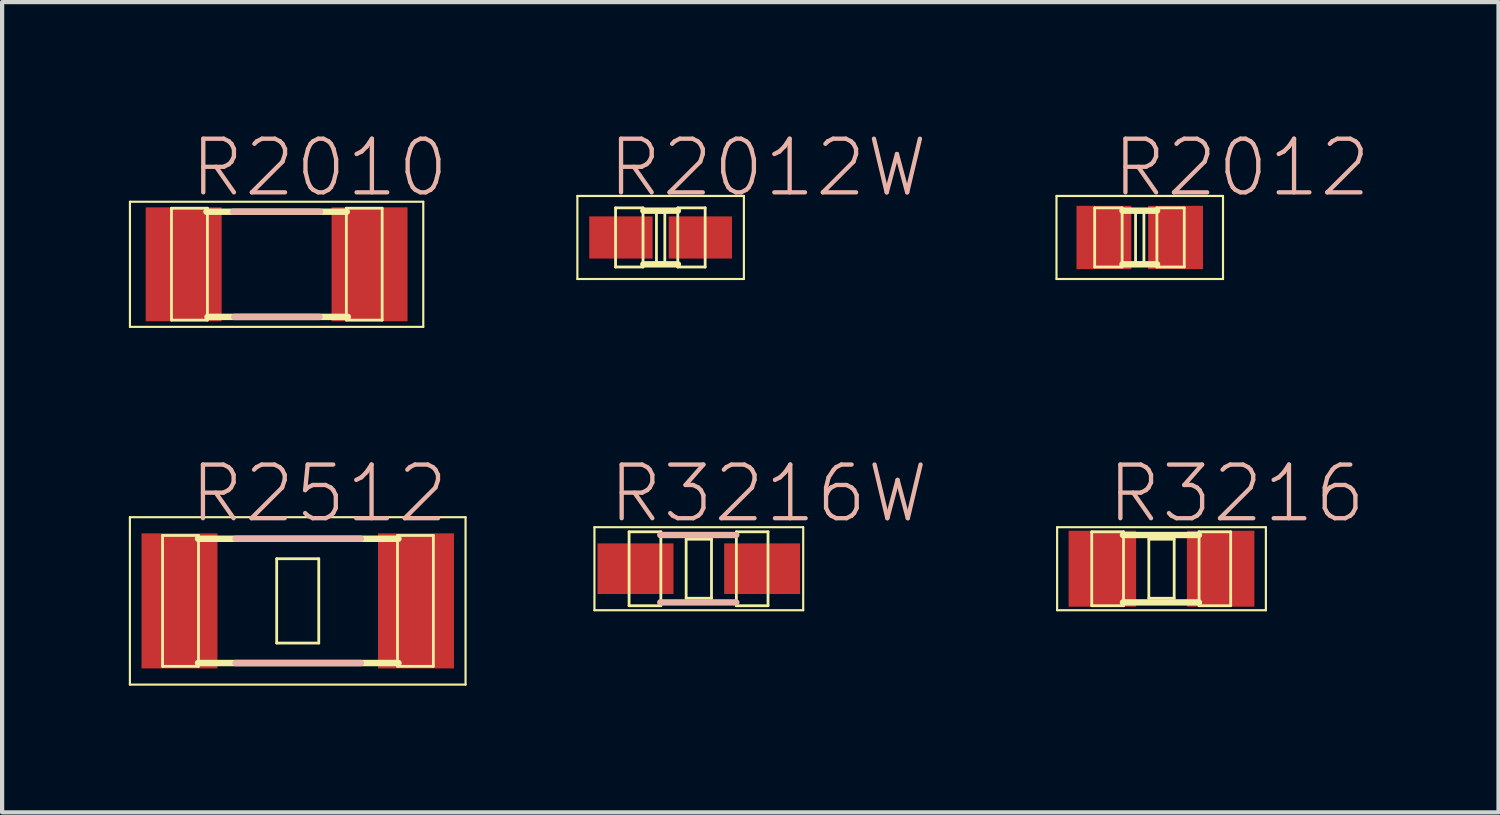
<source format=kicad_pcb>
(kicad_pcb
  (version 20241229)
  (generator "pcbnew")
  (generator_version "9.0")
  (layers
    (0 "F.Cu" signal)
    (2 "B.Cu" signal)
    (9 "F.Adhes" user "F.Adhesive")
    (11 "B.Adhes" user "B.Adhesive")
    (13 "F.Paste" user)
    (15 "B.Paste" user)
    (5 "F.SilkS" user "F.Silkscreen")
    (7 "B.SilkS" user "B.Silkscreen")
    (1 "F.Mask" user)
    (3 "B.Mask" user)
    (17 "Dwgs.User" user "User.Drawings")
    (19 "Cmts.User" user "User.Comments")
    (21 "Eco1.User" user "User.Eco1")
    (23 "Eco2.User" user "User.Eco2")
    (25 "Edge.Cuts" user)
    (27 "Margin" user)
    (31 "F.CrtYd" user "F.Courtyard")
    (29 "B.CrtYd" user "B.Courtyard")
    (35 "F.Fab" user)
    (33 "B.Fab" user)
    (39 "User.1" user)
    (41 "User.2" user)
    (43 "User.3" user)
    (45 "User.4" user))
  (footprint "R3216W"
    (layer "F.Cu")
    (at 13.493 10.413)
    (property "Reference" "R3216W" (at 1.651 -1.778 0) (layer "B.SilkS") (effects (font (size 1.27 1.27) (thickness 0.102))))
    (attr smd)
    (fp_line (start -2.471 -0.983) (end 2.471 -0.983) (stroke (width 0.051) (type solid)) (layer "F.SilkS"))
    (fp_line (start -2.471 0.983) (end -2.471 -0.983) (stroke (width 0.051) (type solid)) (layer "F.SilkS"))
    (fp_line (start -1.651 -0.874) (end -0.899 -0.874) (stroke (width 0.066) (type solid)) (layer "F.SilkS"))
    (fp_line (start -1.651 0.876) (end -1.651 -0.874) (stroke (width 0.066) (type solid)) (layer "F.SilkS"))
    (fp_line (start -1.651 0.876) (end -0.899 0.876) (stroke (width 0.066) (type solid)) (layer "F.SilkS"))
    (fp_line (start -0.899 0.876) (end -0.899 -0.874) (stroke (width 0.066) (type solid)) (layer "F.SilkS"))
    (fp_line (start -0.3 -0.699) (end 0.3 -0.699) (stroke (width 0.066) (type solid)) (layer "F.SilkS"))
    (fp_line (start -0.3 0.699) (end -0.3 -0.699) (stroke (width 0.066) (type solid)) (layer "F.SilkS"))
    (fp_line (start -0.3 0.699) (end 0.3 0.699) (stroke (width 0.066) (type solid)) (layer "F.SilkS"))
    (fp_line (start 0.3 0.699) (end 0.3 -0.699) (stroke (width 0.066) (type solid)) (layer "F.SilkS"))
    (fp_line (start 0.889 -0.874) (end 1.638 -0.874) (stroke (width 0.066) (type solid)) (layer "F.SilkS"))
    (fp_line (start 0.889 0.876) (end 0.889 -0.874) (stroke (width 0.066) (type solid)) (layer "F.SilkS"))
    (fp_line (start 0.889 0.876) (end 1.638 0.876) (stroke (width 0.066) (type solid)) (layer "F.SilkS"))
    (fp_line (start 1.638 0.876) (end 1.638 -0.874) (stroke (width 0.066) (type solid)) (layer "F.SilkS"))
    (fp_line (start 2.471 -0.983) (end 2.471 0.983) (stroke (width 0.051) (type solid)) (layer "F.SilkS"))
    (fp_line (start 2.471 0.983) (end -2.471 0.983) (stroke (width 0.051) (type solid)) (layer "F.SilkS"))
    (fp_line (start -0.912 -0.798) (end 0.886 -0.798) (stroke (width 0.152) (type solid)) (layer "B.SilkS"))
    (fp_line (start -0.912 0.798) (end 0.886 0.798) (stroke (width 0.152) (type solid)) (layer "B.SilkS"))
    (pad "1" smd rect (at -1.499 0) (size 1.798 1.199) (layers "F.Cu" "F.Mask" "F.Paste"))
    (pad "2" smd rect (at 1.499 0) (size 1.798 1.199) (layers "F.Cu" "F.Mask" "F.Paste")))
  (footprint "R3216"
    (layer "F.Cu")
    (at 24.446 10.413)
    (property "Reference" "R3216" (at 1.778 -1.778 0) (layer "B.SilkS") (effects (font (size 1.27 1.27) (thickness 0.102))))
    (attr smd)
    (fp_line (start -2.471 -0.983) (end 2.471 -0.983) (stroke (width 0.051) (type solid)) (layer "F.SilkS"))
    (fp_line (start -2.471 0.983) (end -2.471 -0.983) (stroke (width 0.051) (type solid)) (layer "F.SilkS"))
    (fp_line (start -1.651 -0.874) (end -0.899 -0.874) (stroke (width 0.066) (type solid)) (layer "F.SilkS"))
    (fp_line (start -1.651 0.876) (end -1.651 -0.874) (stroke (width 0.066) (type solid)) (layer "F.SilkS"))
    (fp_line (start -1.651 0.876) (end -0.899 0.876) (stroke (width 0.066) (type solid)) (layer "F.SilkS"))
    (fp_line (start -0.912 -0.798) (end 0.886 -0.798) (stroke (width 0.152) (type solid)) (layer "F.SilkS"))
    (fp_line (start -0.912 0.798) (end 0.886 0.798) (stroke (width 0.152) (type solid)) (layer "F.SilkS"))
    (fp_line (start -0.899 0.876) (end -0.899 -0.874) (stroke (width 0.066) (type solid)) (layer "F.SilkS"))
    (fp_line (start -0.3 -0.699) (end 0.3 -0.699) (stroke (width 0.066) (type solid)) (layer "F.SilkS"))
    (fp_line (start -0.3 0.699) (end -0.3 -0.699) (stroke (width 0.066) (type solid)) (layer "F.SilkS"))
    (fp_line (start -0.3 0.699) (end 0.3 0.699) (stroke (width 0.066) (type solid)) (layer "F.SilkS"))
    (fp_line (start 0.3 0.699) (end 0.3 -0.699) (stroke (width 0.066) (type solid)) (layer "F.SilkS"))
    (fp_line (start 0.889 -0.874) (end 1.638 -0.874) (stroke (width 0.066) (type solid)) (layer "F.SilkS"))
    (fp_line (start 0.889 0.876) (end 0.889 -0.874) (stroke (width 0.066) (type solid)) (layer "F.SilkS"))
    (fp_line (start 0.889 0.876) (end 1.638 0.876) (stroke (width 0.066) (type solid)) (layer "F.SilkS"))
    (fp_line (start 1.638 0.876) (end 1.638 -0.874) (stroke (width 0.066) (type solid)) (layer "F.SilkS"))
    (fp_line (start 2.471 -0.983) (end 2.471 0.983) (stroke (width 0.051) (type solid)) (layer "F.SilkS"))
    (fp_line (start 2.471 0.983) (end -2.471 0.983) (stroke (width 0.051) (type solid)) (layer "F.SilkS"))
    (pad "1" smd rect (at -1.4 0) (size 1.598 1.798) (layers "F.Cu" "F.Mask" "F.Paste"))
    (pad "2" smd rect (at 1.4 0) (size 1.598 1.798) (layers "F.Cu" "F.Mask" "F.Paste")))
  (footprint "R2012"
    (layer "F.Cu")
    (at 23.931 2.572)
    (property "Reference" "R2012" (at 2.413 -1.651 0) (layer "B.SilkS") (effects (font (size 1.27 1.27) (thickness 0.102))))
    (attr smd)
    (fp_line (start -1.971 -0.983) (end 1.971 -0.983) (stroke (width 0.051) (type solid)) (layer "F.SilkS"))
    (fp_line (start -1.971 0.983) (end -1.971 -0.983) (stroke (width 0.051) (type solid)) (layer "F.SilkS"))
    (fp_line (start -1.067 -0.701) (end -0.417 -0.701) (stroke (width 0.066) (type solid)) (layer "F.SilkS"))
    (fp_line (start -1.067 0.699) (end -1.067 -0.701) (stroke (width 0.066) (type solid)) (layer "F.SilkS"))
    (fp_line (start -1.067 0.699) (end -0.417 0.699) (stroke (width 0.066) (type solid)) (layer "F.SilkS"))
    (fp_line (start -0.417 0.699) (end -0.417 -0.701) (stroke (width 0.066) (type solid)) (layer "F.SilkS"))
    (fp_line (start -0.409 -0.635) (end 0.409 -0.635) (stroke (width 0.152) (type solid)) (layer "F.SilkS"))
    (fp_line (start -0.409 0.635) (end 0.409 0.635) (stroke (width 0.152) (type solid)) (layer "F.SilkS"))
    (fp_line (start -0.099 -0.599) (end 0.099 -0.599) (stroke (width 0.066) (type solid)) (layer "F.SilkS"))
    (fp_line (start -0.099 0.599) (end -0.099 -0.599) (stroke (width 0.066) (type solid)) (layer "F.SilkS"))
    (fp_line (start -0.099 0.599) (end 0.099 0.599) (stroke (width 0.066) (type solid)) (layer "F.SilkS"))
    (fp_line (start 0.099 0.599) (end 0.099 -0.599) (stroke (width 0.066) (type solid)) (layer "F.SilkS"))
    (fp_line (start 0.406 -0.701) (end 1.054 -0.701) (stroke (width 0.066) (type solid)) (layer "F.SilkS"))
    (fp_line (start 0.406 0.699) (end 0.406 -0.701) (stroke (width 0.066) (type solid)) (layer "F.SilkS"))
    (fp_line (start 0.406 0.699) (end 1.054 0.699) (stroke (width 0.066) (type solid)) (layer "F.SilkS"))
    (fp_line (start 1.054 0.699) (end 1.054 -0.701) (stroke (width 0.066) (type solid)) (layer "F.SilkS"))
    (fp_line (start 1.971 -0.983) (end 1.971 0.983) (stroke (width 0.051) (type solid)) (layer "F.SilkS"))
    (fp_line (start 1.971 0.983) (end -1.971 0.983) (stroke (width 0.051) (type solid)) (layer "F.SilkS"))
    (pad "1" smd rect (at -0.848 0) (size 1.298 1.499) (layers "F.Cu" "F.Mask" "F.Paste"))
    (pad "2" smd rect (at 0.848 0) (size 1.298 1.499) (layers "F.Cu" "F.Mask" "F.Paste")))
  (footprint "R2512"
    (layer "F.Cu")
    (at 3.998 11.175)
    (property "Reference" "R2512" (at 0.508 -2.54 0) (layer "B.SilkS") (effects (font (size 1.27 1.27) (thickness 0.102))))
    (attr smd)
    (fp_line (start -3.973 -1.981) (end 3.973 -1.981) (stroke (width 0.051) (type solid)) (layer "F.SilkS"))
    (fp_line (start -3.973 1.981) (end -3.973 -1.981) (stroke (width 0.051) (type solid)) (layer "F.SilkS"))
    (fp_line (start -3.2 -1.549) (end -2.349 -1.549) (stroke (width 0.066) (type solid)) (layer "F.SilkS"))
    (fp_line (start -3.2 1.549) (end -3.2 -1.549) (stroke (width 0.066) (type solid)) (layer "F.SilkS"))
    (fp_line (start -3.2 1.549) (end -2.349 1.549) (stroke (width 0.066) (type solid)) (layer "F.SilkS"))
    (fp_line (start -2.36 -1.471) (end 2.385 -1.471) (stroke (width 0.152) (type solid)) (layer "F.SilkS"))
    (fp_line (start -2.36 1.471) (end 2.385 1.471) (stroke (width 0.152) (type solid)) (layer "F.SilkS"))
    (fp_line (start -2.349 1.549) (end -2.349 -1.549) (stroke (width 0.066) (type solid)) (layer "F.SilkS"))
    (fp_line (start -0.498 -0.998) (end 0.498 -0.998) (stroke (width 0.066) (type solid)) (layer "F.SilkS"))
    (fp_line (start -0.498 0.998) (end -0.498 -0.998) (stroke (width 0.066) (type solid)) (layer "F.SilkS"))
    (fp_line (start -0.498 0.998) (end 0.498 0.998) (stroke (width 0.066) (type solid)) (layer "F.SilkS"))
    (fp_line (start 0.498 0.998) (end 0.498 -0.998) (stroke (width 0.066) (type solid)) (layer "F.SilkS"))
    (fp_line (start 2.362 -1.549) (end 3.211 -1.549) (stroke (width 0.066) (type solid)) (layer "F.SilkS"))
    (fp_line (start 2.362 1.549) (end 2.362 -1.549) (stroke (width 0.066) (type solid)) (layer "F.SilkS"))
    (fp_line (start 2.362 1.549) (end 3.211 1.549) (stroke (width 0.066) (type solid)) (layer "F.SilkS"))
    (fp_line (start 3.211 1.549) (end 3.211 -1.549) (stroke (width 0.066) (type solid)) (layer "F.SilkS"))
    (fp_line (start 3.973 -1.981) (end 3.973 1.981) (stroke (width 0.051) (type solid)) (layer "F.SilkS"))
    (fp_line (start 3.973 1.981) (end -3.973 1.981) (stroke (width 0.051) (type solid)) (layer "F.SilkS"))
    (fp_line (start -1.471 -1.471) (end 1.496 -1.471) (stroke (width 0.152) (type solid)) (layer "B.SilkS"))
    (fp_line (start -1.471 1.471) (end 1.496 1.471) (stroke (width 0.152) (type solid)) (layer "B.SilkS"))
    (pad "1" smd rect (at -2.799 0) (size 1.798 3.198) (layers "F.Cu" "F.Mask" "F.Paste"))
    (pad "2" smd rect (at 2.799 0) (size 1.798 3.198) (layers "F.Cu" "F.Mask" "F.Paste")))
  (footprint "R2012W"
    (layer "F.Cu")
    (at 12.589 2.572)
    (property "Reference" "R2012W" (at 2.54 -1.651 0) (layer "B.SilkS") (effects (font (size 1.27 1.27) (thickness 0.102))))
    (attr smd)
    (fp_line (start -1.971 -0.983) (end 1.971 -0.983) (stroke (width 0.051) (type solid)) (layer "F.SilkS"))
    (fp_line (start -1.971 0.983) (end -1.971 -0.983) (stroke (width 0.051) (type solid)) (layer "F.SilkS"))
    (fp_line (start -1.067 -0.701) (end -0.417 -0.701) (stroke (width 0.066) (type solid)) (layer "F.SilkS"))
    (fp_line (start -1.067 0.699) (end -1.067 -0.701) (stroke (width 0.066) (type solid)) (layer "F.SilkS"))
    (fp_line (start -1.067 0.699) (end -0.417 0.699) (stroke (width 0.066) (type solid)) (layer "F.SilkS"))
    (fp_line (start -0.417 0.699) (end -0.417 -0.701) (stroke (width 0.066) (type solid)) (layer "F.SilkS"))
    (fp_line (start -0.409 -0.635) (end 0.409 -0.635) (stroke (width 0.152) (type solid)) (layer "F.SilkS"))
    (fp_line (start -0.409 0.635) (end 0.409 0.635) (stroke (width 0.152) (type solid)) (layer "F.SilkS"))
    (fp_line (start -0.099 -0.599) (end 0.099 -0.599) (stroke (width 0.066) (type solid)) (layer "F.SilkS"))
    (fp_line (start -0.099 0.599) (end -0.099 -0.599) (stroke (width 0.066) (type solid)) (layer "F.SilkS"))
    (fp_line (start -0.099 0.599) (end 0.099 0.599) (stroke (width 0.066) (type solid)) (layer "F.SilkS"))
    (fp_line (start 0.099 0.599) (end 0.099 -0.599) (stroke (width 0.066) (type solid)) (layer "F.SilkS"))
    (fp_line (start 0.406 -0.701) (end 1.054 -0.701) (stroke (width 0.066) (type solid)) (layer "F.SilkS"))
    (fp_line (start 0.406 0.699) (end 0.406 -0.701) (stroke (width 0.066) (type solid)) (layer "F.SilkS"))
    (fp_line (start 0.406 0.699) (end 1.054 0.699) (stroke (width 0.066) (type solid)) (layer "F.SilkS"))
    (fp_line (start 1.054 0.699) (end 1.054 -0.701) (stroke (width 0.066) (type solid)) (layer "F.SilkS"))
    (fp_line (start 1.971 -0.983) (end 1.971 0.983) (stroke (width 0.051) (type solid)) (layer "F.SilkS"))
    (fp_line (start 1.971 0.983) (end -1.971 0.983) (stroke (width 0.051) (type solid)) (layer "F.SilkS"))
    (pad "1" smd rect (at -0.94 0) (size 1.499 0.998) (layers "F.Cu" "F.Mask" "F.Paste"))
    (pad "2" smd rect (at 0.94 0) (size 1.499 0.998) (layers "F.Cu" "F.Mask" "F.Paste")))
  (footprint "R2010"
    (layer "F.Cu")
    (at 3.498 3.207)
    (property "Reference" "R2010" (at 1.016 -2.286 0) (layer "B.SilkS") (effects (font (size 1.27 1.27) (thickness 0.102))))
    (attr smd)
    (fp_line (start -3.472 -1.481) (end 3.472 -1.481) (stroke (width 0.051) (type solid)) (layer "F.SilkS"))
    (fp_line (start -3.472 1.481) (end -3.472 -1.481) (stroke (width 0.051) (type solid)) (layer "F.SilkS"))
    (fp_line (start -2.489 -1.328) (end -1.638 -1.328) (stroke (width 0.066) (type solid)) (layer "F.SilkS"))
    (fp_line (start -2.489 1.321) (end -2.489 -1.328) (stroke (width 0.066) (type solid)) (layer "F.SilkS"))
    (fp_line (start -2.489 1.321) (end -1.638 1.321) (stroke (width 0.066) (type solid)) (layer "F.SilkS"))
    (fp_line (start -1.661 -1.245) (end 1.661 -1.245) (stroke (width 0.152) (type solid)) (layer "F.SilkS"))
    (fp_line (start -1.638 1.321) (end -1.638 -1.328) (stroke (width 0.066) (type solid)) (layer "F.SilkS"))
    (fp_line (start -1.636 1.245) (end 1.687 1.245) (stroke (width 0.152) (type solid)) (layer "F.SilkS"))
    (fp_line (start 1.651 -1.328) (end 2.499 -1.328) (stroke (width 0.066) (type solid)) (layer "F.SilkS"))
    (fp_line (start 1.651 1.321) (end 1.651 -1.328) (stroke (width 0.066) (type solid)) (layer "F.SilkS"))
    (fp_line (start 1.651 1.321) (end 2.499 1.321) (stroke (width 0.066) (type solid)) (layer "F.SilkS"))
    (fp_line (start 2.499 1.321) (end 2.499 -1.328) (stroke (width 0.066) (type solid)) (layer "F.SilkS"))
    (fp_line (start 3.472 -1.481) (end 3.472 1.481) (stroke (width 0.051) (type solid)) (layer "F.SilkS"))
    (fp_line (start 3.472 1.481) (end -3.472 1.481) (stroke (width 0.051) (type solid)) (layer "F.SilkS"))
    (fp_line (start -1.026 -1.245) (end 1.026 -1.245) (stroke (width 0.152) (type solid)) (layer "B.SilkS"))
    (fp_line (start -1.001 1.245) (end 1.016 1.245) (stroke (width 0.152) (type solid)) (layer "B.SilkS"))
    (pad "1" smd rect (at -2.2 0) (size 1.798 2.697) (layers "F.Cu" "F.Mask" "F.Paste"))
    (pad "2" smd rect (at 2.2 0) (size 1.798 2.697) (layers "F.Cu" "F.Mask" "F.Paste")))
  (gr_rect
    (start -3 -3)
    (end 32.424 16.181)
    (stroke (width 0.1) (type default))
    (fill no)
    (layer "Edge.Cuts")))
</source>
